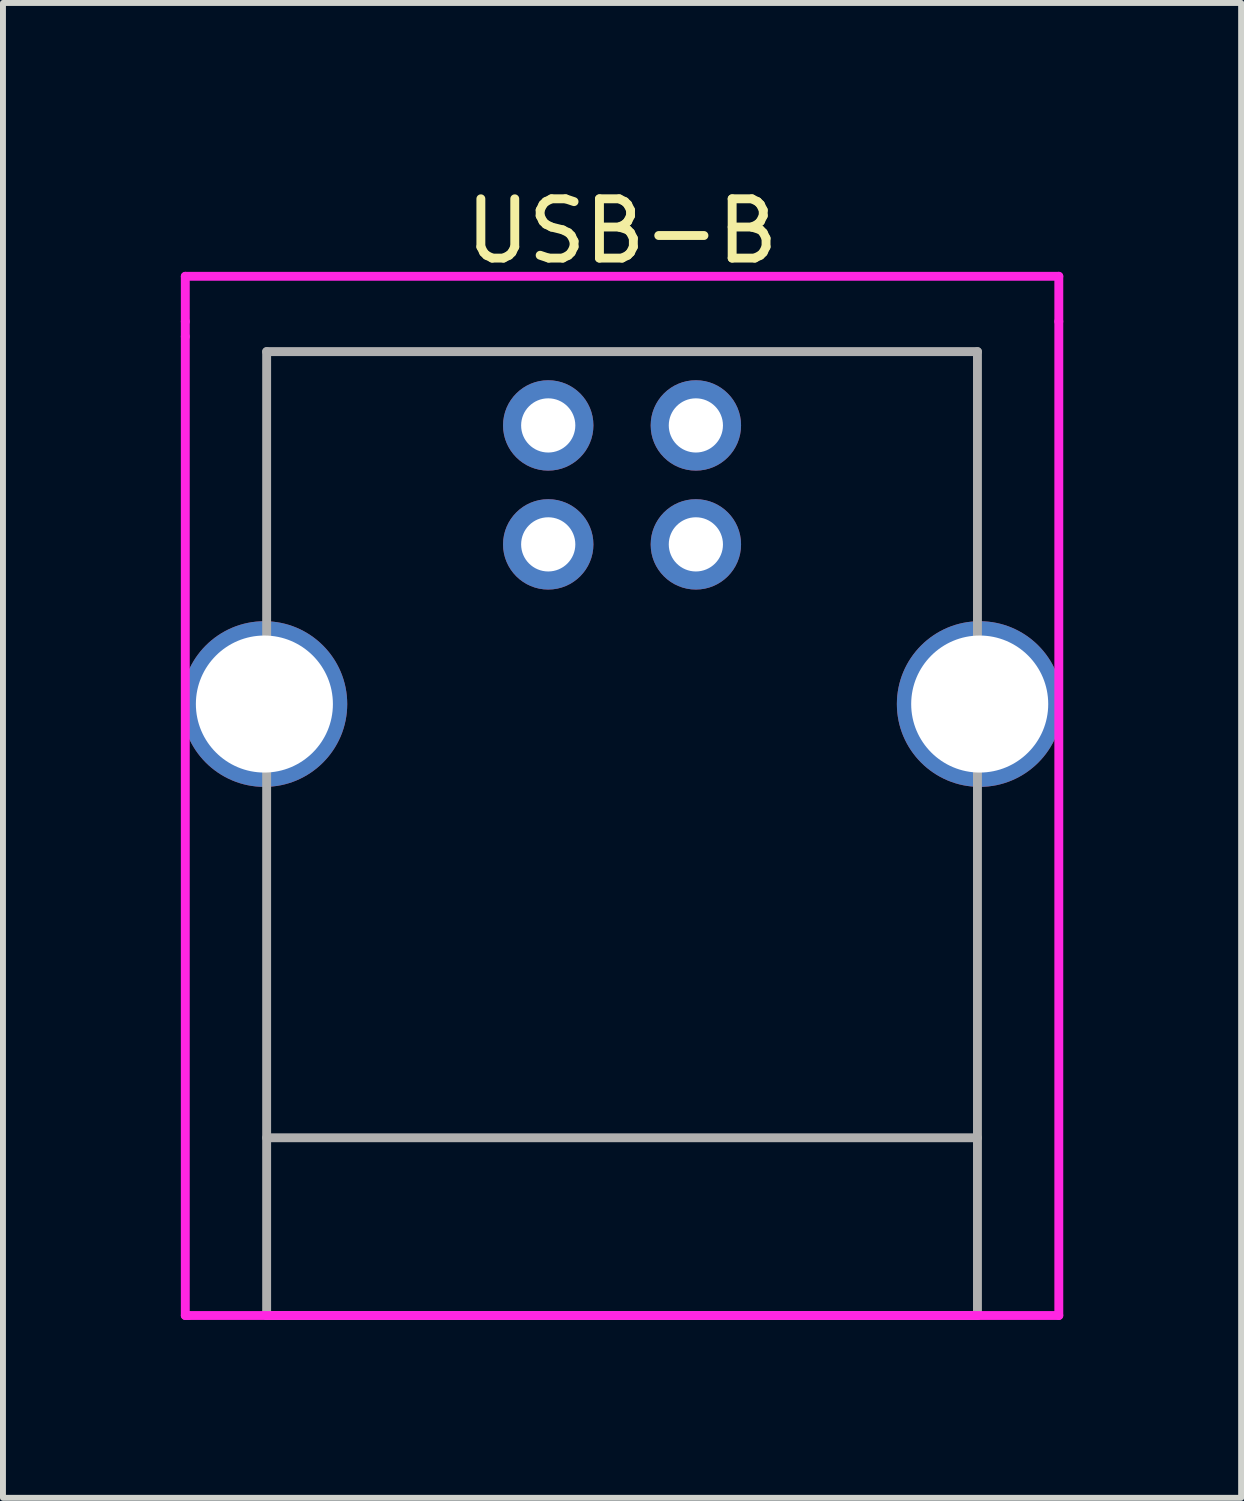
<source format=kicad_pcb>
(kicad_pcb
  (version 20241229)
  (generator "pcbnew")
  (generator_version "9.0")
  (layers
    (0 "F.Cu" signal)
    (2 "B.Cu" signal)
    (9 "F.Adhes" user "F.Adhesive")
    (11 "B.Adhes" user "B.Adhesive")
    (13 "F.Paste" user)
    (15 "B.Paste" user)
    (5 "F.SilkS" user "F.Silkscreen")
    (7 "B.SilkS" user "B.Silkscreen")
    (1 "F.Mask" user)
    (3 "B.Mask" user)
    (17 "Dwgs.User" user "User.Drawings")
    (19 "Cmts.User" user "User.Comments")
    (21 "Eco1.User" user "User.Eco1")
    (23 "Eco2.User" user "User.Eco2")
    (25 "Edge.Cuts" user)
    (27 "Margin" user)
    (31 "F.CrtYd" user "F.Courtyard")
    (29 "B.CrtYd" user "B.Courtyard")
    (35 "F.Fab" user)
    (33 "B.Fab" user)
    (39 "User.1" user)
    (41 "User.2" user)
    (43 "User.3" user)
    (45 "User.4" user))
  (footprint "USB-B"
    (layer "F.Cu")
    (at 7.441 16.139)
    (property "Reference" "USB-B" (at 0 -15.291 0) (layer "F.SilkS") (effects (font (size 1 1) (thickness 0.15))))
    (attr through_hole)
    (fp_line (start -7.366 -14.529) (end -7.366 -13.767) (stroke (width 0.15) (type solid)) (layer "F.CrtYd"))
    (fp_line (start -7.366 -13.513) (end -7.366 -13.767) (stroke (width 0.15) (type solid)) (layer "F.CrtYd"))
    (fp_line (start -7.366 2.997) (end -7.366 -13.513) (stroke (width 0.15) (type solid)) (layer "F.CrtYd"))
    (fp_line (start -7.315 2.997) (end -7.366 2.997) (stroke (width 0.15) (type solid)) (layer "F.CrtYd"))
    (fp_line (start 7.366 -14.529) (end -7.366 -14.529) (stroke (width 0.15) (type solid)) (layer "F.CrtYd"))
    (fp_line (start 7.366 -13.767) (end 7.366 -14.529) (stroke (width 0.15) (type solid)) (layer "F.CrtYd"))
    (fp_line (start 7.366 -13.767) (end 7.366 2.997) (stroke (width 0.15) (type solid)) (layer "F.CrtYd"))
    (fp_line (start 7.366 2.997) (end -7.315 2.997) (stroke (width 0.15) (type solid)) (layer "F.CrtYd"))
    (fp_line (start -5.994 -13.259) (end 5.994 -13.259) (stroke (width 0.15) (type solid)) (layer "F.Fab"))
    (fp_line (start -5.994 0) (end 5.994 0) (stroke (width 0.15) (type solid)) (layer "F.Fab"))
    (fp_line (start -5.994 2.997) (end -5.994 -13.259) (stroke (width 0.15) (type solid)) (layer "F.Fab"))
    (fp_line (start 5.994 2.997) (end -5.994 2.997) (stroke (width 0.15) (type solid)) (layer "F.Fab"))
    (fp_line (start 5.994 2.997) (end 5.994 -13.259) (stroke (width 0.15) (type solid)) (layer "F.Fab"))
    (pad "1" thru_hole circle (at 1.245 -12.014) (size 1.524 1.524) (drill 0.914) (layers "*.Cu" "*.Mask"))
    (pad "2" thru_hole circle (at -1.245 -12.014) (size 1.524 1.524) (drill 0.914) (layers "*.Cu" "*.Mask"))
    (pad "3" thru_hole circle (at -1.245 -10.008) (size 1.524 1.524) (drill 0.914) (layers "*.Cu" "*.Mask"))
    (pad "4" thru_hole circle (at 1.245 -10.008) (size 1.524 1.524) (drill 0.914) (layers "*.Cu" "*.Mask"))
    (pad "5" thru_hole circle (at -6.032 -7.315) (size 2.794 2.794) (drill 2.311) (layers "*.Cu" "*.Mask"))
    (pad "5" thru_hole circle (at 6.032 -7.315) (size 2.794 2.794) (drill 2.311) (layers "*.Cu" "*.Mask")))
  (gr_rect
    (start -3 -3)
    (end 17.882 22.211)
    (stroke (width 0.1) (type default))
    (fill no)
    (layer "Edge.Cuts")))
</source>
